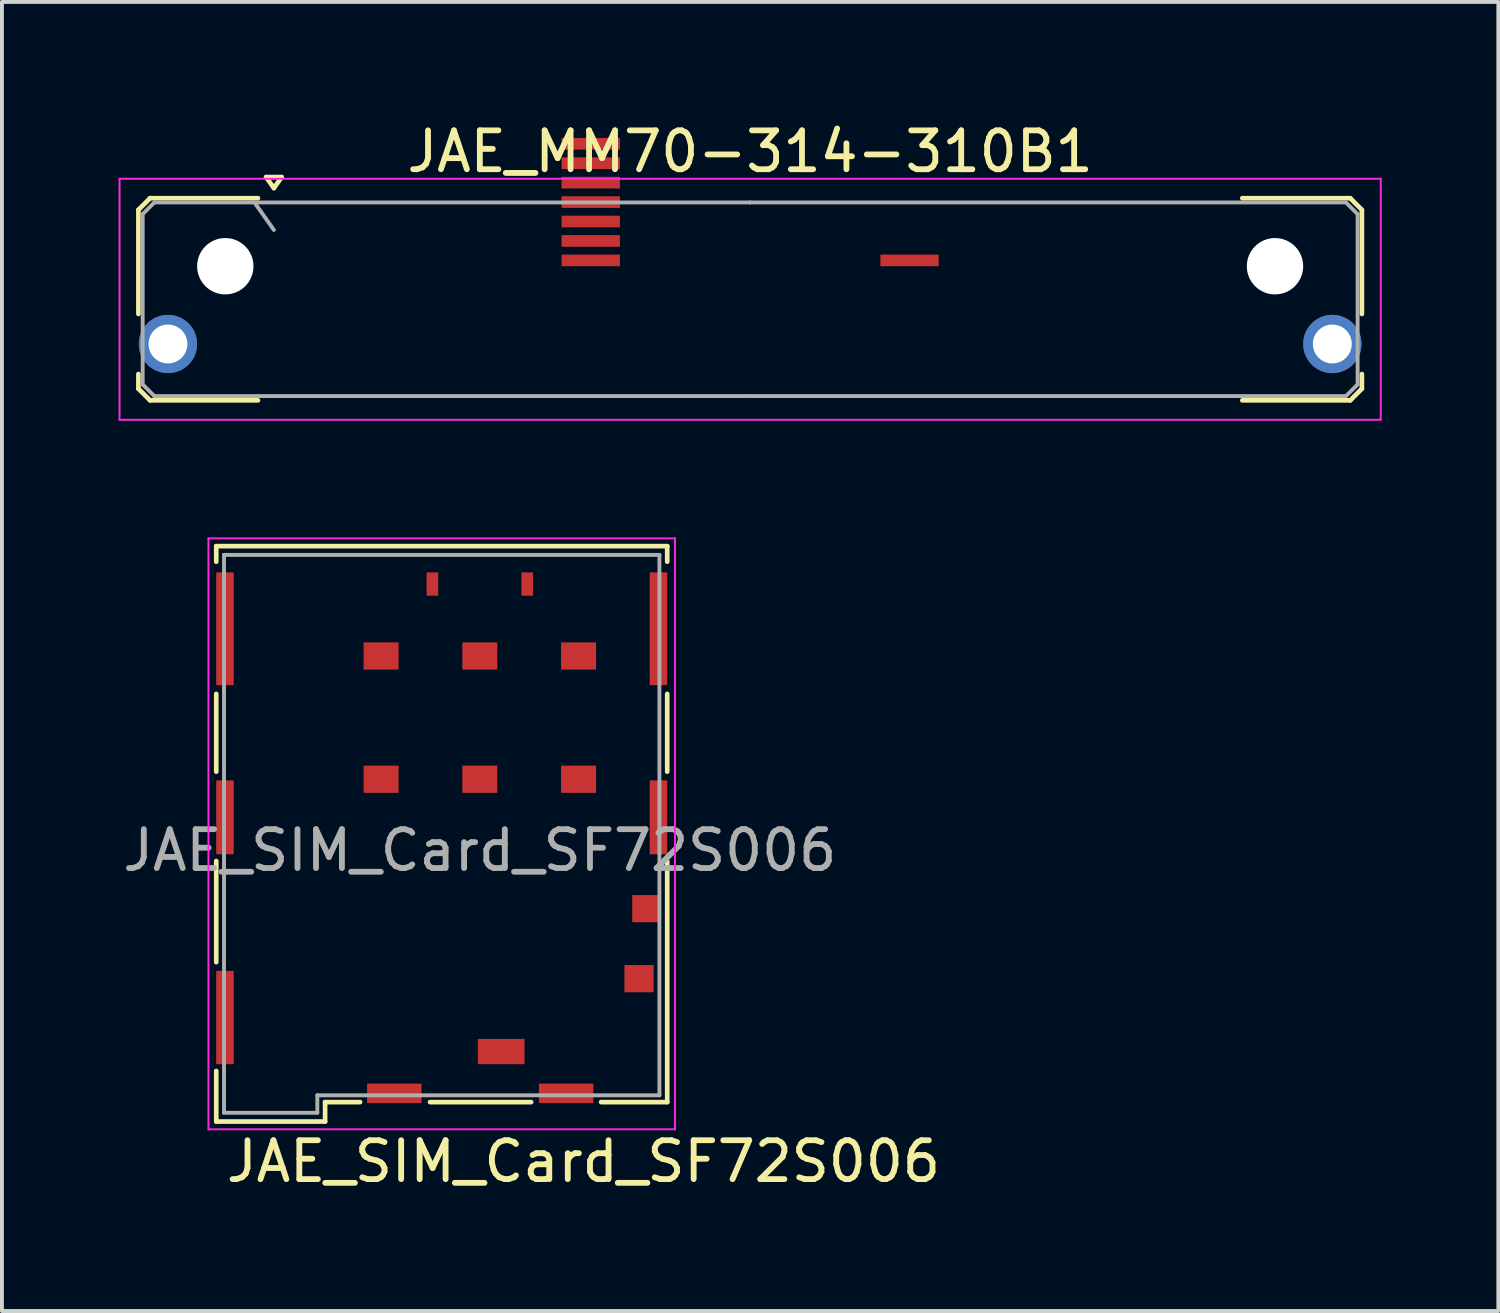
<source format=kicad_pcb>
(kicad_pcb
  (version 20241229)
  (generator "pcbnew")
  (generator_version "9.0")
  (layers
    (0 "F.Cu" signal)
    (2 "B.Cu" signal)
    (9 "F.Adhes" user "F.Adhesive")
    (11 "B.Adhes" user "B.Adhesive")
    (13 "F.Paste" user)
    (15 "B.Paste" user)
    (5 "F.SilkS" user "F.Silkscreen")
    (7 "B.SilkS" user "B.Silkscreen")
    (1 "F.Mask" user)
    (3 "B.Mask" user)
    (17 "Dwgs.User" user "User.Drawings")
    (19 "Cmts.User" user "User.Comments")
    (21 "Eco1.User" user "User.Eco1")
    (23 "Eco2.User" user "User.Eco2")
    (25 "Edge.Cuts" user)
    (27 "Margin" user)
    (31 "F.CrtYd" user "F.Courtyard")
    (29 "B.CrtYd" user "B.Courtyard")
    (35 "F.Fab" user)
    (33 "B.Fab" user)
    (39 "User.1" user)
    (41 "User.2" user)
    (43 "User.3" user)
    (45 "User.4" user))
  (footprint "JAE_MM70-314-310B1"
    (layer "F.Cu")
    (at 16.245 4.648)
    (property "Reference" "JAE_MM70-314-310B1" (at 0 -3.8 0) (layer "F.SilkS") (effects (font (size 1 1) (thickness 0.15))))
    (attr smd)
    (fp_line (start -15.735 -2.3) (end -15.735 0.377) (stroke (width 0.12) (type solid)) (layer "F.SilkS"))
    (fp_line (start -15.735 1.923) (end -15.735 2.3) (stroke (width 0.12) (type solid)) (layer "F.SilkS"))
    (fp_line (start -15.735 2.3) (end -15.435 2.6) (stroke (width 0.12) (type solid)) (layer "F.SilkS"))
    (fp_line (start -15.435 -2.6) (end -15.735 -2.3) (stroke (width 0.12) (type solid)) (layer "F.SilkS"))
    (fp_line (start -15.435 2.6) (end -12.66 2.6) (stroke (width 0.12) (type solid)) (layer "F.SilkS"))
    (fp_line (start -12.66 -2.6) (end -15.435 -2.6) (stroke (width 0.12) (type solid)) (layer "F.SilkS"))
    (fp_line (start -12.45 -3.143) (end -12.05 -3.143) (stroke (width 0.12) (type solid)) (layer "F.SilkS"))
    (fp_line (start -12.25 -2.86) (end -12.45 -3.143) (stroke (width 0.12) (type solid)) (layer "F.SilkS"))
    (fp_line (start -12.05 -3.143) (end -12.25 -2.86) (stroke (width 0.12) (type solid)) (layer "F.SilkS"))
    (fp_line (start 12.66 -2.6) (end 15.435 -2.6) (stroke (width 0.12) (type solid)) (layer "F.SilkS"))
    (fp_line (start 15.435 -2.6) (end 15.735 -2.3) (stroke (width 0.12) (type solid)) (layer "F.SilkS"))
    (fp_line (start 15.435 2.6) (end 12.66 2.6) (stroke (width 0.12) (type solid)) (layer "F.SilkS"))
    (fp_line (start 15.735 -2.3) (end 15.735 0.377) (stroke (width 0.12) (type solid)) (layer "F.SilkS"))
    (fp_line (start 15.735 1.923) (end 15.735 2.3) (stroke (width 0.12) (type solid)) (layer "F.SilkS"))
    (fp_line (start 15.735 2.3) (end 15.435 2.6) (stroke (width 0.12) (type solid)) (layer "F.SilkS"))
    (fp_line (start -16.22 -3.1) (end -16.22 3.1) (stroke (width 0.05) (type solid)) (layer "F.CrtYd"))
    (fp_line (start -16.22 3.1) (end 16.22 3.1) (stroke (width 0.05) (type solid)) (layer "F.CrtYd"))
    (fp_line (start 16.22 -3.1) (end -16.22 -3.1) (stroke (width 0.05) (type solid)) (layer "F.CrtYd"))
    (fp_line (start 16.22 3.1) (end 16.22 -3.1) (stroke (width 0.05) (type solid)) (layer "F.CrtYd"))
    (fp_line (start -15.625 -2.19) (end -15.625 2.19) (stroke (width 0.1) (type solid)) (layer "F.Fab"))
    (fp_line (start -15.625 2.19) (end -15.325 2.49) (stroke (width 0.1) (type solid)) (layer "F.Fab"))
    (fp_line (start -15.325 -2.49) (end -15.625 -2.19) (stroke (width 0.1) (type solid)) (layer "F.Fab"))
    (fp_line (start -15.325 2.49) (end 0 2.49) (stroke (width 0.1) (type solid)) (layer "F.Fab"))
    (fp_line (start -12.75 -2.49) (end -12.25 -1.783) (stroke (width 0.1) (type solid)) (layer "F.Fab"))
    (fp_line (start 0 -2.49) (end -15.325 -2.49) (stroke (width 0.1) (type solid)) (layer "F.Fab"))
    (fp_line (start 0 -2.49) (end 15.325 -2.49) (stroke (width 0.1) (type solid)) (layer "F.Fab"))
    (fp_line (start 15.325 -2.49) (end 15.625 -2.19) (stroke (width 0.1) (type solid)) (layer "F.Fab"))
    (fp_line (start 15.325 2.49) (end 0 2.49) (stroke (width 0.1) (type solid)) (layer "F.Fab"))
    (fp_line (start 15.625 -2.19) (end 15.625 2.19) (stroke (width 0.1) (type solid)) (layer "F.Fab"))
    (fp_line (start 15.625 2.19) (end 15.325 2.49) (stroke (width 0.1) (type solid)) (layer "F.Fab"))
    (pad "" np_thru_hole circle (at -13.5 -0.85) (size 1.45 1.45) (drill 1.45) (layers "*.Cu" "*.Mask"))
    (pad "" np_thru_hole circle (at 13.5 -0.85) (size 1.45 1.45) (drill 1.45) (layers "*.Cu" "*.Mask"))
    (pad "113" smd rect (at -4.1 -4) (size 1.5 0.3) (layers "F.Cu" "F.Mask" "F.Paste"))
    (pad "115" smd rect (at -4.1 -3.5) (size 1.5 0.3) (layers "F.Cu" "F.Mask" "F.Paste"))
    (pad "117" smd rect (at -4.1 -3) (size 1.5 0.3) (layers "F.Cu" "F.Mask" "F.Paste"))
    (pad "119" smd rect (at -4.1 -2.5) (size 1.5 0.3) (layers "F.Cu" "F.Mask" "F.Paste"))
    (pad "121" smd rect (at -4.1 -2) (size 1.5 0.3) (layers "F.Cu" "F.Mask" "F.Paste"))
    (pad "123" smd rect (at -4.1 -1.5) (size 1.5 0.3) (layers "F.Cu" "F.Mask" "F.Paste"))
    (pad "124" smd rect (at 4.1 -1) (size 1.5 0.3) (layers "F.Cu" "F.Mask" "F.Paste"))
    (pad "125" smd rect (at -4.1 -1) (size 1.5 0.3) (layers "F.Cu" "F.Mask" "F.Paste"))
    (pad "SH" thru_hole circle (at -14.975 1.15) (size 1.5 1.5) (drill 1) (layers "*.Cu" "*.Mask"))
    (pad "SH" thru_hole circle (at 14.975 1.15) (size 1.5 1.5) (drill 1) (layers "*.Cu" "*.Mask")))
  (footprint "JAE_SIM_Card_SF72S006"
    (layer "F.Cu")
    (at 9.292 16.283)
    (property "Reference" "JAE_SIM_Card_SF72S006" (at 2.667 10.541 180) (layer "F.SilkS") (effects (font (size 1 1) (thickness 0.15))))
    (attr smd)
    (fp_line (start -6.78 -4.885) (end -6.78 -5.285) (stroke (width 0.12) (type solid)) (layer "F.SilkS"))
    (fp_line (start -6.78 0.515) (end -6.78 -1.485) (stroke (width 0.12) (type solid)) (layer "F.SilkS"))
    (fp_line (start -6.78 5.415) (end -6.78 2.815) (stroke (width 0.12) (type solid)) (layer "F.SilkS"))
    (fp_line (start -6.78 9.515) (end -6.78 8.215) (stroke (width 0.12) (type solid)) (layer "F.SilkS"))
    (fp_line (start -3.98 9.515) (end -6.78 9.515) (stroke (width 0.12) (type solid)) (layer "F.SilkS"))
    (fp_line (start -3.98 9.515) (end -3.98 9.015) (stroke (width 0.12) (type solid)) (layer "F.SilkS"))
    (fp_line (start -3.08 9.015) (end -3.98 9.015) (stroke (width 0.12) (type solid)) (layer "F.SilkS"))
    (fp_line (start 1.32 9.015) (end -1.28 9.015) (stroke (width 0.12) (type solid)) (layer "F.SilkS"))
    (fp_line (start 4.82 -5.285) (end -6.78 -5.285) (stroke (width 0.12) (type solid)) (layer "F.SilkS"))
    (fp_line (start 4.82 -5.285) (end 4.82 -4.885) (stroke (width 0.12) (type solid)) (layer "F.SilkS"))
    (fp_line (start 4.82 -1.485) (end 4.82 0.515) (stroke (width 0.12) (type solid)) (layer "F.SilkS"))
    (fp_line (start 4.82 2.815) (end 4.82 9.015) (stroke (width 0.12) (type solid)) (layer "F.SilkS"))
    (fp_line (start 4.82 9.015) (end 3.12 9.015) (stroke (width 0.12) (type solid)) (layer "F.SilkS"))
    (fp_line (start -6.98 -5.485) (end -6.98 9.715) (stroke (width 0.05) (type solid)) (layer "F.CrtYd"))
    (fp_line (start -6.98 9.715) (end 5.02 9.715) (stroke (width 0.05) (type solid)) (layer "F.CrtYd"))
    (fp_line (start 5.02 -5.485) (end -6.98 -5.485) (stroke (width 0.05) (type solid)) (layer "F.CrtYd"))
    (fp_line (start 5.02 9.715) (end 5.02 -5.485) (stroke (width 0.05) (type solid)) (layer "F.CrtYd"))
    (fp_line (start -6.58 9.29) (end -6.58 -5.06) (stroke (width 0.1) (type solid)) (layer "F.Fab"))
    (fp_line (start -4.18 8.84) (end -4.18 9.29) (stroke (width 0.1) (type solid)) (layer "F.Fab"))
    (fp_line (start -4.18 9.29) (end -6.58 9.29) (stroke (width 0.1) (type solid)) (layer "F.Fab"))
    (fp_line (start 4.62 -5.06) (end -6.58 -5.06) (stroke (width 0.1) (type solid)) (layer "F.Fab"))
    (fp_line (start 4.62 -5.06) (end 4.62 8.84) (stroke (width 0.1) (type solid)) (layer "F.Fab"))
    (fp_line (start 4.62 8.84) (end -4.18 8.84) (stroke (width 0.1) (type solid)) (layer "F.Fab"))
    (fp_text user "${REFERENCE}" (at 0 2.54 180) (layer "F.Fab") (effects (font (size 1 1) (thickness 0.15))))
    (pad "C1" smd rect (at -2.54 -2.46 180) (size 0.9 0.7) (layers "F.Cu" "F.Mask" "F.Paste"))
    (pad "C2" smd rect (at 0 -2.46 180) (size 0.9 0.7) (layers "F.Cu" "F.Mask" "F.Paste"))
    (pad "C3" smd rect (at 2.54 -2.46 180) (size 0.9 0.7) (layers "F.Cu" "F.Mask" "F.Paste"))
    (pad "C5" smd rect (at -2.54 0.71 180) (size 0.9 0.7) (layers "F.Cu" "F.Mask" "F.Paste"))
    (pad "C6" smd rect (at 0 0.71 180) (size 0.9 0.7) (layers "F.Cu" "F.Mask" "F.Paste"))
    (pad "C7" smd rect (at 2.54 0.71 180) (size 0.9 0.7) (layers "F.Cu" "F.Mask" "F.Paste"))
    (pad "CSW" smd rect (at 4.27 4.04 180) (size 0.7 0.7) (layers "F.Cu" "F.Mask" "F.Paste"))
    (pad "DSW" smd rect (at 0.55 7.715 180) (size 1.2 0.65) (layers "F.Cu" "F.Mask" "F.Paste"))
    (pad "SH" smd rect (at -6.555 -3.16 180) (size 0.45 2.9) (layers "F.Cu" "F.Mask" "F.Paste"))
    (pad "SH" smd rect (at -6.555 1.69 180) (size 0.45 1.9) (layers "F.Cu" "F.Mask" "F.Paste"))
    (pad "SH" smd rect (at -6.555 6.84 180) (size 0.45 2.4) (layers "F.Cu" "F.Mask" "F.Paste"))
    (pad "SH" smd rect (at -2.2 8.79 180) (size 1.4 0.5) (layers "F.Cu" "F.Mask" "F.Paste"))
    (pad "SH" smd rect (at -1.22 -4.31 180) (size 0.3 0.6) (layers "F.Cu" "F.Mask" "F.Paste"))
    (pad "SH" smd rect (at 1.22 -4.31 180) (size 0.3 0.6) (layers "F.Cu" "F.Mask" "F.Paste"))
    (pad "SH" smd rect (at 2.22 8.79 180) (size 1.4 0.5) (layers "F.Cu" "F.Mask" "F.Paste"))
    (pad "SH" smd rect (at 4.095 5.84 180) (size 0.75 0.7) (layers "F.Cu" "F.Mask" "F.Paste"))
    (pad "SH" smd rect (at 4.595 -3.16 180) (size 0.45 2.9) (layers "F.Cu" "F.Mask" "F.Paste"))
    (pad "SH" smd rect (at 4.595 1.69 180) (size 0.45 1.9) (layers "F.Cu" "F.Mask" "F.Paste")))
  (gr_rect
    (start -3 -3)
    (end 35.49 30.672)
    (stroke (width 0.1) (type default))
    (fill no)
    (layer "Edge.Cuts")))
</source>
